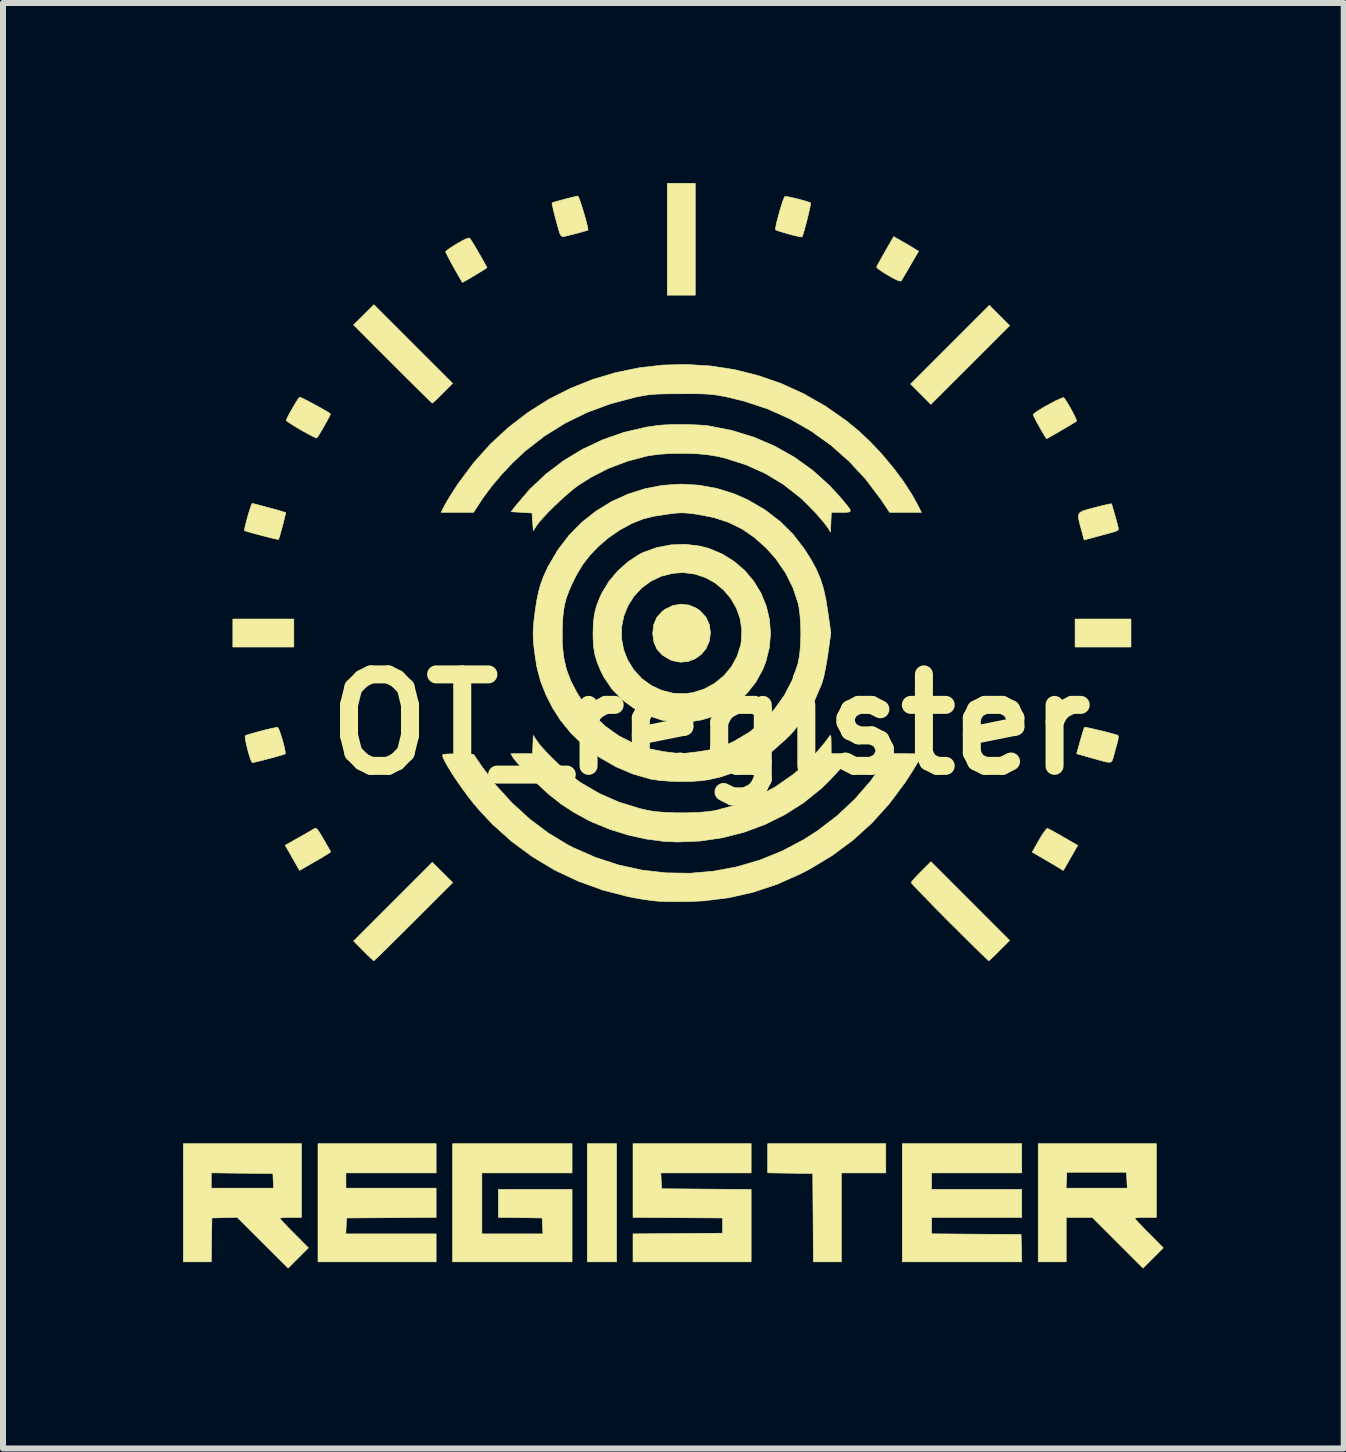
<source format=kicad_pcb>
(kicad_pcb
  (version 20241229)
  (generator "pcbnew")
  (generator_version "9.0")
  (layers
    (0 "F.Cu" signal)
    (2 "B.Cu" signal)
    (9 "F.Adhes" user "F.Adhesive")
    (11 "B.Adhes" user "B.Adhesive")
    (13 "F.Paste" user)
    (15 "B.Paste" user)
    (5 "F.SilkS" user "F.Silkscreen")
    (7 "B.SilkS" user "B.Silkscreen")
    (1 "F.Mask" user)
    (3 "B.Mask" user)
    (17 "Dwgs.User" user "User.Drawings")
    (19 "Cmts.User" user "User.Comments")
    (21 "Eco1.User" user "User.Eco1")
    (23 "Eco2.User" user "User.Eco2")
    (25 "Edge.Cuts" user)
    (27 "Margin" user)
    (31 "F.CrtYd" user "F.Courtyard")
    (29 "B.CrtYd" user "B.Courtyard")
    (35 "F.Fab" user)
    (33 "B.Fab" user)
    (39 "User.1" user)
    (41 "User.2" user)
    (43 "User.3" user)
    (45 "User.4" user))
  (footprint "OT_register"
    (layer "F.Cu")
    (at 8.789 9.022)
    (property "Reference" "OT_register" (at 0 0 0) (layer "F.SilkS") (effects (font (size 1.524 1.524) (thickness 0.3))))
    (attr through_hole)
    (fp_poly (pts (xy -6.943 -1.291) (xy -7.959 -1.291) (xy -7.959 -1.757) (xy -6.943 -1.757) (xy -6.943 -1.291)) (stroke (width 0.01) (type solid)) (fill yes) (layer "F.SilkS"))
    (fp_poly (pts (xy -1.566 8.954) (xy -2.053 8.954) (xy -2.053 6.985) (xy -1.566 6.985) (xy -1.566 8.954)) (stroke (width 0.01) (type solid)) (fill yes) (layer "F.SilkS"))
    (fp_poly (pts (xy -0.254 -7.154) (xy -0.72 -7.154) (xy -0.72 -9.017) (xy -0.254 -9.017) (xy -0.254 -7.154)) (stroke (width 0.01) (type solid)) (fill yes) (layer "F.SilkS"))
    (fp_poly (pts (xy 7.006 -1.291) (xy 6.075 -1.291) (xy 6.075 -1.757) (xy 7.006 -1.757) (xy 7.006 -1.291)) (stroke (width 0.01) (type solid)) (fill yes) (layer "F.SilkS"))
    (fp_poly (pts (xy 4.815 -6.816) (xy 4.985 -6.646) (xy 3.672 -5.334) (xy 3.503 -5.503) (xy 3.334 -5.673) (xy 3.99 -6.329) (xy 4.646 -6.985) (xy 4.815 -6.816)) (stroke (width 0.01) (type solid)) (fill yes) (layer "F.SilkS"))
    (fp_poly (pts (xy 2.921 7.472) (xy 2.18 7.472) (xy 2.18 8.954) (xy 1.715 8.954) (xy 1.704 7.482) (xy 0.953 7.471) (xy 0.953 6.985) (xy 2.921 6.985) (xy 2.921 7.472)) (stroke (width 0.01) (type solid)) (fill yes) (layer "F.SilkS"))
    (fp_poly (pts (xy -4.572 7.472) (xy -6.075 7.472) (xy -6.075 7.726) (xy -4.572 7.726) (xy -4.572 8.212) (xy -5.318 8.218) (xy -6.064 8.223) (xy -6.071 8.356) (xy -6.077 8.488) (xy -4.572 8.488) (xy -4.572 8.954) (xy -6.54 8.954) (xy -6.54 6.985) (xy -4.572 6.985) (xy -4.572 7.472)) (stroke (width 0.01) (type solid)) (fill yes) (layer "F.SilkS"))
    (fp_poly (pts (xy -2.307 7.472) (xy -3.81 7.472) (xy -3.81 8.488) (xy -2.792 8.488) (xy -2.798 8.356) (xy -2.805 8.223) (xy -3.17 8.217) (xy -3.535 8.212) (xy -3.535 7.747) (xy -2.307 7.747) (xy -2.307 8.954) (xy -4.297 8.954) (xy -4.297 6.985) (xy -2.307 6.985) (xy -2.307 7.472)) (stroke (width 0.01) (type solid)) (fill yes) (layer "F.SilkS"))
    (fp_poly (pts (xy 5.186 7.472) (xy 3.683 7.472) (xy 3.683 7.747) (xy 5.186 7.747) (xy 5.186 8.213) (xy 3.683 8.213) (xy 3.683 8.487) (xy 4.429 8.493) (xy 5.175 8.498) (xy 5.181 8.726) (xy 5.187 8.954) (xy 3.196 8.954) (xy 3.196 6.985) (xy 5.186 6.985) (xy 5.186 7.472)) (stroke (width 0.01) (type solid)) (fill yes) (layer "F.SilkS"))
    (fp_poly (pts (xy 0.677 7.472) (xy -0.828 7.472) (xy -0.821 7.604) (xy -0.815 7.736) (xy -0.069 7.742) (xy 0.677 7.748) (xy 0.677 8.954) (xy -1.291 8.954) (xy -1.291 8.488) (xy 0.201 8.477) (xy 0.201 8.223) (xy -0.545 8.218) (xy -1.291 8.212) (xy -1.291 6.985) (xy 0.677 6.985) (xy 0.677 7.472)) (stroke (width 0.01) (type solid)) (fill yes) (layer "F.SilkS"))
    (fp_poly (pts (xy -4.297 -5.684) (xy -4.461 -5.52) (xy -4.528 -5.453) (xy -4.583 -5.4) (xy -4.622 -5.365) (xy -4.635 -5.355) (xy -4.652 -5.37) (xy -4.696 -5.411) (xy -4.763 -5.476) (xy -4.851 -5.563) (xy -4.956 -5.667) (xy -5.076 -5.785) (xy -5.207 -5.916) (xy -5.297 -6.006) (xy -5.948 -6.658) (xy -5.779 -6.826) (xy -5.609 -6.995) (xy -4.297 -5.684)) (stroke (width 0.01) (type solid)) (fill yes) (layer "F.SilkS"))
    (fp_poly (pts (xy -4.296 2.635) (xy -4.947 3.286) (xy -5.084 3.422) (xy -5.212 3.549) (xy -5.327 3.663) (xy -5.426 3.761) (xy -5.507 3.841) (xy -5.567 3.898) (xy -5.602 3.931) (xy -5.61 3.937) (xy -5.628 3.923) (xy -5.67 3.885) (xy -5.728 3.829) (xy -5.784 3.773) (xy -5.947 3.608) (xy -5.292 2.953) (xy -4.636 2.297) (xy -4.296 2.635)) (stroke (width 0.01) (type solid)) (fill yes) (layer "F.SilkS"))
    (fp_poly (pts (xy -6.571 1.732) (xy -6.549 1.751) (xy -6.519 1.793) (xy -6.476 1.864) (xy -6.447 1.913) (xy -6.4 1.995) (xy -6.361 2.062) (xy -6.336 2.108) (xy -6.329 2.123) (xy -6.346 2.137) (xy -6.392 2.166) (xy -6.459 2.207) (xy -6.503 2.233) (xy -6.592 2.284) (xy -6.676 2.333) (xy -6.744 2.372) (xy -6.763 2.383) (xy -6.847 2.432) (xy -7.087 2.013) (xy -6.872 1.892) (xy -6.782 1.841) (xy -6.702 1.795) (xy -6.641 1.76) (xy -6.611 1.741) (xy -6.59 1.731) (xy -6.571 1.732)) (stroke (width 0.01) (type solid)) (fill yes) (layer "F.SilkS"))
    (fp_poly (pts (xy -0.359 -1.99) (xy -0.233 -1.936) (xy -0.168 -1.889) (xy -0.074 -1.784) (xy -0.019 -1.663) (xy -0.001 -1.524) (xy -0.02 -1.387) (xy -0.073 -1.267) (xy -0.153 -1.169) (xy -0.255 -1.095) (xy -0.373 -1.05) (xy -0.501 -1.038) (xy -0.632 -1.063) (xy -0.677 -1.081) (xy -0.802 -1.156) (xy -0.89 -1.251) (xy -0.943 -1.37) (xy -0.962 -1.513) (xy -0.962 -1.524) (xy -0.946 -1.665) (xy -0.895 -1.782) (xy -0.808 -1.881) (xy -0.756 -1.92) (xy -0.628 -1.982) (xy -0.493 -2.005) (xy -0.359 -1.99)) (stroke (width 0.01) (type solid)) (fill yes) (layer "F.SilkS"))
    (fp_poly (pts (xy 3.172 -8.061) (xy 3.252 -8.015) (xy 3.334 -7.967) (xy 3.379 -7.939) (xy 3.467 -7.885) (xy 3.331 -7.652) (xy 3.278 -7.561) (xy 3.232 -7.483) (xy 3.197 -7.425) (xy 3.179 -7.394) (xy 3.179 -7.393) (xy 3.159 -7.388) (xy 3.113 -7.403) (xy 3.039 -7.44) (xy 2.963 -7.483) (xy 2.882 -7.532) (xy 2.818 -7.575) (xy 2.778 -7.607) (xy 2.768 -7.622) (xy 2.78 -7.648) (xy 2.81 -7.703) (xy 2.852 -7.779) (xy 2.903 -7.869) (xy 2.913 -7.887) (xy 3.052 -8.129) (xy 3.172 -8.061)) (stroke (width 0.01) (type solid)) (fill yes) (layer "F.SilkS"))
    (fp_poly (pts (xy 5.642 1.744) (xy 5.698 1.774) (xy 5.775 1.817) (xy 5.866 1.868) (xy 5.88 1.877) (xy 6.119 2.015) (xy 6.068 2.103) (xy 6.029 2.171) (xy 5.981 2.254) (xy 5.949 2.312) (xy 5.914 2.374) (xy 5.888 2.417) (xy 5.877 2.433) (xy 5.859 2.422) (xy 5.842 2.411) (xy 5.812 2.392) (xy 5.754 2.357) (xy 5.676 2.311) (xy 5.586 2.259) (xy 5.585 2.258) (xy 5.361 2.127) (xy 5.474 1.926) (xy 5.523 1.844) (xy 5.567 1.78) (xy 5.599 1.74) (xy 5.614 1.732) (xy 5.642 1.744)) (stroke (width 0.01) (type solid)) (fill yes) (layer "F.SilkS"))
    (fp_poly (pts (xy 6.681 -3.677) (xy 6.689 -3.654) (xy 6.706 -3.601) (xy 6.727 -3.527) (xy 6.751 -3.442) (xy 6.774 -3.357) (xy 6.793 -3.282) (xy 6.798 -3.262) (xy 6.785 -3.235) (xy 6.742 -3.215) (xy 6.695 -3.202) (xy 6.619 -3.181) (xy 6.526 -3.156) (xy 6.452 -3.136) (xy 6.226 -3.075) (xy 6.18 -3.247) (xy 6.149 -3.359) (xy 6.132 -3.438) (xy 6.132 -3.493) (xy 6.155 -3.53) (xy 6.204 -3.558) (xy 6.284 -3.583) (xy 6.4 -3.614) (xy 6.501 -3.64) (xy 6.586 -3.66) (xy 6.648 -3.673) (xy 6.679 -3.677) (xy 6.681 -3.677)) (stroke (width 0.01) (type solid)) (fill yes) (layer "F.SilkS"))
    (fp_poly (pts (xy 4.329 2.942) (xy 4.984 3.598) (xy 4.816 3.767) (xy 4.748 3.835) (xy 4.691 3.89) (xy 4.651 3.926) (xy 4.636 3.937) (xy 4.619 3.923) (xy 4.575 3.881) (xy 4.508 3.816) (xy 4.421 3.73) (xy 4.315 3.626) (xy 4.196 3.508) (xy 4.066 3.378) (xy 3.984 3.297) (xy 3.849 3.161) (xy 3.723 3.034) (xy 3.611 2.918) (xy 3.514 2.819) (xy 3.436 2.737) (xy 3.38 2.677) (xy 3.349 2.642) (xy 3.344 2.635) (xy 3.359 2.612) (xy 3.397 2.567) (xy 3.453 2.506) (xy 3.509 2.45) (xy 3.673 2.286) (xy 4.329 2.942)) (stroke (width 0.01) (type solid)) (fill yes) (layer "F.SilkS"))
    (fp_poly (pts (xy 6.255 0.049) (xy 6.309 0.059) (xy 6.386 0.076) (xy 6.476 0.097) (xy 6.572 0.12) (xy 6.662 0.144) (xy 6.739 0.165) (xy 6.787 0.179) (xy 6.796 0.199) (xy 6.791 0.25) (xy 6.771 0.332) (xy 6.746 0.418) (xy 6.724 0.501) (xy 6.709 0.556) (xy 6.695 0.597) (xy 6.677 0.622) (xy 6.646 0.63) (xy 6.595 0.624) (xy 6.514 0.604) (xy 6.466 0.59) (xy 6.373 0.564) (xy 6.277 0.537) (xy 6.21 0.518) (xy 6.101 0.487) (xy 6.161 0.273) (xy 6.187 0.183) (xy 6.209 0.11) (xy 6.226 0.061) (xy 6.232 0.047) (xy 6.255 0.049)) (stroke (width 0.01) (type solid)) (fill yes) (layer "F.SilkS"))
    (fp_poly (pts (xy 7.429 8.213) (xy 7.25 8.213) (xy 7.168 8.214) (xy 7.106 8.219) (xy 7.073 8.225) (xy 7.07 8.228) (xy 7.084 8.248) (xy 7.123 8.292) (xy 7.182 8.354) (xy 7.256 8.431) (xy 7.308 8.482) (xy 7.545 8.721) (xy 7.376 8.89) (xy 7.207 9.059) (xy 6.784 8.636) (xy 6.361 8.213) (xy 5.927 8.213) (xy 5.927 8.954) (xy 5.461 8.954) (xy 5.461 7.726) (xy 5.925 7.726) (xy 6.945 7.726) (xy 6.938 7.594) (xy 6.932 7.461) (xy 5.937 7.461) (xy 5.931 7.594) (xy 5.925 7.726) (xy 5.461 7.726) (xy 5.461 6.985) (xy 7.429 6.985) (xy 7.429 8.213)) (stroke (width 0.01) (type solid)) (fill yes) (layer "F.SilkS"))
    (fp_poly (pts (xy -6.816 8.213) (xy -6.996 8.213) (xy -7.077 8.214) (xy -7.139 8.219) (xy -7.172 8.225) (xy -7.176 8.228) (xy -7.161 8.248) (xy -7.122 8.292) (xy -7.063 8.354) (xy -6.989 8.431) (xy -6.938 8.482) (xy -6.7 8.721) (xy -6.869 8.89) (xy -7.038 9.059) (xy -7.463 8.635) (xy -7.888 8.211) (xy -8.098 8.217) (xy -8.308 8.223) (xy -8.314 8.588) (xy -8.319 8.954) (xy -8.784 8.954) (xy -8.784 7.726) (xy -8.319 7.726) (xy -7.279 7.726) (xy -7.286 7.604) (xy -7.292 7.482) (xy -7.805 7.477) (xy -8.319 7.471) (xy -8.319 7.726) (xy -8.784 7.726) (xy -8.784 6.985) (xy -6.816 6.985) (xy -6.816 8.213)) (stroke (width 0.01) (type solid)) (fill yes) (layer "F.SilkS"))
    (fp_poly (pts (xy -7.212 0.048) (xy -7.197 0.07) (xy -7.176 0.123) (xy -7.152 0.195) (xy -7.128 0.277) (xy -7.107 0.358) (xy -7.091 0.428) (xy -7.085 0.475) (xy -7.087 0.489) (xy -7.111 0.499) (xy -7.167 0.516) (xy -7.245 0.538) (xy -7.336 0.563) (xy -7.428 0.587) (xy -7.514 0.609) (xy -7.584 0.625) (xy -7.627 0.634) (xy -7.634 0.635) (xy -7.648 0.616) (xy -7.669 0.564) (xy -7.693 0.488) (xy -7.712 0.419) (xy -7.734 0.329) (xy -7.749 0.254) (xy -7.755 0.204) (xy -7.753 0.189) (xy -7.725 0.176) (xy -7.667 0.158) (xy -7.587 0.135) (xy -7.496 0.11) (xy -7.404 0.087) (xy -7.32 0.067) (xy -7.254 0.053) (xy -7.216 0.048) (xy -7.212 0.048)) (stroke (width 0.01) (type solid)) (fill yes) (layer "F.SilkS"))
    (fp_poly (pts (xy 1.268 -8.797) (xy 1.327 -8.786) (xy 1.403 -8.769) (xy 1.486 -8.748) (xy 1.565 -8.726) (xy 1.628 -8.707) (xy 1.664 -8.692) (xy 1.668 -8.69) (xy 1.666 -8.667) (xy 1.656 -8.612) (xy 1.639 -8.536) (xy 1.618 -8.446) (xy 1.594 -8.352) (xy 1.57 -8.264) (xy 1.55 -8.191) (xy 1.533 -8.142) (xy 1.526 -8.126) (xy 1.502 -8.126) (xy 1.446 -8.137) (xy 1.368 -8.155) (xy 1.305 -8.172) (xy 1.217 -8.198) (xy 1.144 -8.22) (xy 1.098 -8.237) (xy 1.085 -8.243) (xy 1.084 -8.268) (xy 1.094 -8.324) (xy 1.112 -8.402) (xy 1.136 -8.492) (xy 1.162 -8.584) (xy 1.188 -8.671) (xy 1.212 -8.741) (xy 1.231 -8.786) (xy 1.24 -8.798) (xy 1.268 -8.797)) (stroke (width 0.01) (type solid)) (fill yes) (layer "F.SilkS"))
    (fp_poly (pts (xy 5.913 -5.412) (xy 5.949 -5.355) (xy 5.99 -5.285) (xy 6.031 -5.211) (xy 6.066 -5.142) (xy 6.091 -5.088) (xy 6.101 -5.058) (xy 6.1 -5.055) (xy 6.078 -5.04) (xy 6.028 -5.01) (xy 5.959 -4.968) (xy 5.878 -4.921) (xy 5.795 -4.872) (xy 5.718 -4.828) (xy 5.654 -4.791) (xy 5.612 -4.768) (xy 5.6 -4.763) (xy 5.587 -4.78) (xy 5.558 -4.826) (xy 5.518 -4.894) (xy 5.485 -4.953) (xy 5.439 -5.034) (xy 5.404 -5.102) (xy 5.381 -5.148) (xy 5.376 -5.162) (xy 5.394 -5.183) (xy 5.44 -5.216) (xy 5.508 -5.259) (xy 5.588 -5.306) (xy 5.673 -5.352) (xy 5.753 -5.394) (xy 5.822 -5.426) (xy 5.869 -5.444) (xy 5.887 -5.445) (xy 5.913 -5.412)) (stroke (width 0.01) (type solid)) (fill yes) (layer "F.SilkS"))
    (fp_poly (pts (xy -6.823 -5.446) (xy -6.772 -5.422) (xy -6.701 -5.386) (xy -6.619 -5.342) (xy -6.534 -5.296) (xy -6.454 -5.251) (xy -6.388 -5.212) (xy -6.344 -5.184) (xy -6.333 -5.175) (xy -6.34 -5.156) (xy -6.363 -5.109) (xy -6.398 -5.044) (xy -6.439 -4.971) (xy -6.481 -4.898) (xy -6.519 -4.835) (xy -6.548 -4.79) (xy -6.561 -4.774) (xy -6.583 -4.78) (xy -6.636 -4.805) (xy -6.71 -4.844) (xy -6.799 -4.893) (xy -6.822 -4.906) (xy -6.913 -4.96) (xy -6.988 -5.007) (xy -7.042 -5.043) (xy -7.068 -5.064) (xy -7.069 -5.066) (xy -7.059 -5.094) (xy -7.033 -5.148) (xy -6.996 -5.217) (xy -6.953 -5.291) (xy -6.911 -5.362) (xy -6.875 -5.418) (xy -6.851 -5.45) (xy -6.846 -5.454) (xy -6.823 -5.446)) (stroke (width 0.01) (type solid)) (fill yes) (layer "F.SilkS"))
    (fp_poly (pts (xy -2.198 -8.786) (xy -2.178 -8.735) (xy -2.153 -8.661) (xy -2.126 -8.573) (xy -2.098 -8.48) (xy -2.073 -8.391) (xy -2.054 -8.315) (xy -2.042 -8.261) (xy -2.042 -8.238) (xy -2.065 -8.23) (xy -2.118 -8.214) (xy -2.191 -8.194) (xy -2.272 -8.173) (xy -2.351 -8.153) (xy -2.417 -8.137) (xy -2.459 -8.129) (xy -2.466 -8.128) (xy -2.491 -8.146) (xy -2.514 -8.19) (xy -2.516 -8.197) (xy -2.538 -8.273) (xy -2.563 -8.362) (xy -2.588 -8.456) (xy -2.61 -8.545) (xy -2.628 -8.62) (xy -2.639 -8.671) (xy -2.641 -8.69) (xy -2.618 -8.699) (xy -2.565 -8.715) (xy -2.492 -8.736) (xy -2.41 -8.758) (xy -2.33 -8.778) (xy -2.263 -8.795) (xy -2.219 -8.804) (xy -2.21 -8.805) (xy -2.198 -8.786)) (stroke (width 0.01) (type solid)) (fill yes) (layer "F.SilkS"))
    (fp_poly (pts (xy -7.611 -3.678) (xy -7.554 -3.664) (xy -7.476 -3.643) (xy -7.386 -3.619) (xy -7.293 -3.594) (xy -7.207 -3.57) (xy -7.137 -3.549) (xy -7.092 -3.536) (xy -7.08 -3.531) (xy -7.082 -3.509) (xy -7.094 -3.457) (xy -7.112 -3.385) (xy -7.133 -3.303) (xy -7.155 -3.222) (xy -7.176 -3.151) (xy -7.191 -3.101) (xy -7.199 -3.083) (xy -7.221 -3.086) (xy -7.277 -3.098) (xy -7.358 -3.118) (xy -7.456 -3.143) (xy -7.482 -3.15) (xy -7.584 -3.177) (xy -7.67 -3.201) (xy -7.732 -3.219) (xy -7.763 -3.229) (xy -7.765 -3.23) (xy -7.764 -3.252) (xy -7.753 -3.305) (xy -7.735 -3.377) (xy -7.713 -3.46) (xy -7.689 -3.541) (xy -7.666 -3.613) (xy -7.648 -3.663) (xy -7.637 -3.683) (xy -7.637 -3.683) (xy -7.611 -3.678)) (stroke (width 0.01) (type solid)) (fill yes) (layer "F.SilkS"))
    (fp_poly (pts (xy -4.009 -8.1) (xy -3.992 -8.074) (xy -3.959 -8.022) (xy -3.916 -7.951) (xy -3.869 -7.87) (xy -3.821 -7.788) (xy -3.779 -7.713) (xy -3.746 -7.653) (xy -3.727 -7.618) (xy -3.725 -7.612) (xy -3.742 -7.599) (xy -3.787 -7.571) (xy -3.85 -7.532) (xy -3.923 -7.487) (xy -3.997 -7.443) (xy -4.062 -7.405) (xy -4.111 -7.378) (xy -4.134 -7.367) (xy -4.134 -7.366) (xy -4.145 -7.384) (xy -4.173 -7.432) (xy -4.214 -7.503) (xy -4.263 -7.59) (xy -4.276 -7.612) (xy -4.327 -7.705) (xy -4.369 -7.784) (xy -4.399 -7.844) (xy -4.413 -7.876) (xy -4.413 -7.878) (xy -4.396 -7.897) (xy -4.35 -7.931) (xy -4.282 -7.975) (xy -4.223 -8.012) (xy -4.13 -8.064) (xy -4.068 -8.095) (xy -4.029 -8.106) (xy -4.009 -8.1)) (stroke (width 0.01) (type solid)) (fill yes) (layer "F.SilkS"))
    (fp_poly (pts (xy -0.344 -4.996) (xy -0.207 -4.991) (xy -0.092 -4.983) (xy -0.032 -4.976) (xy 0.354 -4.9) (xy 0.722 -4.787) (xy 1.071 -4.637) (xy 1.398 -4.453) (xy 1.702 -4.235) (xy 1.98 -3.984) (xy 2.144 -3.807) (xy 2.229 -3.707) (xy 2.288 -3.635) (xy 2.322 -3.587) (xy 2.33 -3.557) (xy 2.313 -3.542) (xy 2.273 -3.536) (xy 2.21 -3.535) (xy 2.182 -3.535) (xy 2.013 -3.535) (xy 2 -3.207) (xy 1.958 -3.274) (xy 1.906 -3.346) (xy 1.83 -3.437) (xy 1.74 -3.538) (xy 1.641 -3.64) (xy 1.544 -3.736) (xy 1.488 -3.787) (xy 1.211 -4.003) (xy 0.912 -4.183) (xy 0.589 -4.328) (xy 0.243 -4.438) (xy 0.112 -4.469) (xy -0.048 -4.495) (xy -0.236 -4.512) (xy -0.439 -4.519) (xy -0.645 -4.516) (xy -0.84 -4.504) (xy -1.012 -4.482) (xy -1.069 -4.471) (xy -1.395 -4.384) (xy -1.698 -4.269) (xy -1.988 -4.121) (xy -2.185 -3.997) (xy -2.274 -3.932) (xy -2.378 -3.845) (xy -2.49 -3.746) (xy -2.603 -3.639) (xy -2.709 -3.533) (xy -2.8 -3.436) (xy -2.87 -3.353) (xy -2.895 -3.319) (xy -2.953 -3.23) (xy -2.963 -3.377) (xy -2.974 -3.524) (xy -3.147 -3.535) (xy -3.321 -3.545) (xy -3.253 -3.635) (xy -3.014 -3.916) (xy -2.746 -4.169) (xy -2.45 -4.394) (xy -2.132 -4.586) (xy -1.795 -4.745) (xy -1.442 -4.868) (xy -1.079 -4.953) (xy -0.863 -4.985) (xy -0.762 -4.992) (xy -0.634 -4.997) (xy -0.491 -4.998) (xy -0.344 -4.996)) (stroke (width 0.01) (type solid)) (fill yes) (layer "F.SilkS"))
    (fp_poly (pts (xy 0.002 -5.974) (xy 0.399 -5.913) (xy 0.791 -5.815) (xy 1.176 -5.682) (xy 1.551 -5.511) (xy 1.915 -5.304) (xy 2.264 -5.059) (xy 2.459 -4.899) (xy 2.658 -4.714) (xy 2.853 -4.506) (xy 3.039 -4.285) (xy 3.208 -4.06) (xy 3.352 -3.838) (xy 3.448 -3.666) (xy 3.514 -3.535) (xy 2.985 -3.535) (xy 2.839 -3.752) (xy 2.59 -4.083) (xy 2.312 -4.383) (xy 2.008 -4.653) (xy 1.678 -4.889) (xy 1.325 -5.092) (xy 0.951 -5.259) (xy 0.557 -5.389) (xy 0.293 -5.453) (xy 0.199 -5.472) (xy 0.118 -5.487) (xy 0.043 -5.497) (xy -0.036 -5.504) (xy -0.126 -5.509) (xy -0.237 -5.511) (xy -0.376 -5.512) (xy -0.487 -5.511) (xy -0.65 -5.511) (xy -0.779 -5.509) (xy -0.882 -5.506) (xy -0.967 -5.5) (xy -1.044 -5.492) (xy -1.119 -5.48) (xy -1.202 -5.464) (xy -1.254 -5.453) (xy -1.667 -5.344) (xy -2.055 -5.201) (xy -2.421 -5.022) (xy -2.765 -4.808) (xy -3.087 -4.558) (xy -3.116 -4.532) (xy -3.296 -4.363) (xy -3.474 -4.174) (xy -3.64 -3.978) (xy -3.783 -3.787) (xy -3.821 -3.73) (xy -3.948 -3.535) (xy -4.218 -3.535) (xy -4.488 -3.535) (xy -4.432 -3.646) (xy -4.399 -3.705) (xy -4.349 -3.789) (xy -4.287 -3.887) (xy -4.22 -3.99) (xy -4.206 -4.011) (xy -3.949 -4.357) (xy -3.668 -4.671) (xy -3.363 -4.953) (xy -3.037 -5.202) (xy -2.694 -5.418) (xy -2.335 -5.6) (xy -1.963 -5.749) (xy -1.581 -5.863) (xy -1.191 -5.943) (xy -0.796 -5.989) (xy -0.397 -5.999) (xy 0.002 -5.974)) (stroke (width 0.01) (type solid)) (fill yes) (layer "F.SilkS"))
    (fp_poly (pts (xy 3.35 0.488) (xy 3.432 0.49) (xy 3.49 0.493) (xy 3.513 0.498) (xy 3.514 0.498) (xy 3.502 0.533) (xy 3.471 0.596) (xy 3.423 0.681) (xy 3.362 0.781) (xy 3.292 0.891) (xy 3.235 0.977) (xy 2.975 1.325) (xy 2.689 1.641) (xy 2.375 1.926) (xy 2.031 2.181) (xy 1.657 2.407) (xy 1.503 2.487) (xy 1.11 2.662) (xy 0.714 2.794) (xy 0.31 2.886) (xy -0.104 2.938) (xy -0.318 2.949) (xy -0.457 2.951) (xy -0.6 2.952) (xy -0.732 2.95) (xy -0.842 2.946) (xy -0.889 2.943) (xy -0.992 2.932) (xy -1.12 2.914) (xy -1.254 2.891) (xy -1.365 2.87) (xy -1.791 2.76) (xy -2.201 2.612) (xy -2.592 2.428) (xy -2.962 2.207) (xy -3.309 1.952) (xy -3.631 1.664) (xy -3.849 1.432) (xy -3.942 1.323) (xy -4.037 1.202) (xy -4.131 1.075) (xy -4.22 0.948) (xy -4.301 0.826) (xy -4.37 0.715) (xy -4.423 0.621) (xy -4.456 0.549) (xy -4.466 0.508) (xy -4.445 0.498) (xy -4.382 0.492) (xy -4.277 0.49) (xy -4.207 0.491) (xy -3.948 0.497) (xy -3.81 0.7) (xy -3.572 1.017) (xy -3.305 1.31) (xy -3.015 1.574) (xy -2.706 1.807) (xy -2.383 2.003) (xy -2.297 2.048) (xy -1.919 2.214) (xy -1.532 2.341) (xy -1.139 2.427) (xy -0.743 2.472) (xy -0.346 2.479) (xy 0.048 2.445) (xy 0.438 2.372) (xy 0.821 2.26) (xy 1.193 2.109) (xy 1.553 1.919) (xy 1.778 1.775) (xy 2.106 1.525) (xy 2.401 1.249) (xy 2.665 0.946) (xy 2.838 0.707) (xy 2.985 0.487) (xy 3.25 0.487) (xy 3.35 0.488)) (stroke (width 0.01) (type solid)) (fill yes) (layer "F.SilkS"))
    (fp_poly (pts (xy 2.007 0.205) (xy 2.009 0.259) (xy 2.01 0.323) (xy 2.011 0.487) (xy 2.18 0.487) (xy 2.259 0.489) (xy 2.318 0.494) (xy 2.348 0.502) (xy 2.349 0.505) (xy 2.335 0.532) (xy 2.297 0.582) (xy 2.24 0.651) (xy 2.168 0.732) (xy 2.089 0.819) (xy 2.007 0.906) (xy 1.927 0.987) (xy 1.855 1.057) (xy 1.834 1.076) (xy 1.548 1.306) (xy 1.237 1.503) (xy 0.906 1.667) (xy 0.557 1.796) (xy 0.196 1.888) (xy -0.174 1.942) (xy -0.549 1.958) (xy -0.783 1.947) (xy -1.075 1.908) (xy -1.378 1.84) (xy -1.679 1.746) (xy -1.963 1.63) (xy -2.041 1.593) (xy -2.275 1.465) (xy -2.49 1.324) (xy -2.698 1.16) (xy -2.908 0.966) (xy -2.963 0.911) (xy -3.056 0.816) (xy -3.14 0.727) (xy -3.21 0.649) (xy -3.261 0.59) (xy -3.287 0.554) (xy -3.326 0.487) (xy -2.965 0.487) (xy -2.953 0.183) (xy -2.891 0.277) (xy -2.833 0.353) (xy -2.748 0.447) (xy -2.645 0.553) (xy -2.531 0.663) (xy -2.413 0.77) (xy -2.299 0.866) (xy -2.197 0.945) (xy -2.163 0.969) (xy -1.855 1.149) (xy -1.528 1.293) (xy -1.178 1.401) (xy -1.044 1.432) (xy -0.916 1.452) (xy -0.759 1.465) (xy -0.583 1.472) (xy -0.401 1.472) (xy -0.224 1.467) (xy -0.063 1.454) (xy 0.068 1.436) (xy 0.085 1.432) (xy 0.437 1.338) (xy 0.768 1.208) (xy 1.079 1.041) (xy 1.373 0.836) (xy 1.518 0.716) (xy 1.609 0.629) (xy 1.712 0.524) (xy 1.814 0.411) (xy 1.905 0.302) (xy 1.973 0.211) (xy 1.991 0.187) (xy 2.001 0.183) (xy 2.007 0.205)) (stroke (width 0.01) (type solid)) (fill yes) (layer "F.SilkS"))
    (fp_poly (pts (xy -0.183 -2.974) (xy -0.031 -2.935) (xy 0.196 -2.84) (xy 0.398 -2.714) (xy 0.575 -2.56) (xy 0.723 -2.383) (xy 0.842 -2.186) (xy 0.929 -1.974) (xy 0.982 -1.75) (xy 1 -1.518) (xy 0.981 -1.284) (xy 0.923 -1.05) (xy 0.874 -0.922) (xy 0.757 -0.709) (xy 0.608 -0.519) (xy 0.429 -0.355) (xy 0.227 -0.221) (xy 0.005 -0.122) (xy -0.155 -0.075) (xy -0.269 -0.057) (xy -0.406 -0.047) (xy -0.549 -0.046) (xy -0.685 -0.054) (xy -0.796 -0.07) (xy -0.815 -0.074) (xy -1.056 -0.155) (xy -1.276 -0.269) (xy -1.471 -0.414) (xy -1.638 -0.586) (xy -1.773 -0.784) (xy -1.828 -0.891) (xy -1.885 -1.029) (xy -1.924 -1.153) (xy -1.946 -1.281) (xy -1.956 -1.426) (xy -1.956 -1.438) (xy -1.483 -1.438) (xy -1.448 -1.248) (xy -1.383 -1.079) (xy -1.277 -0.908) (xy -1.143 -0.763) (xy -0.986 -0.649) (xy -0.812 -0.568) (xy -0.625 -0.521) (xy -0.431 -0.513) (xy -0.292 -0.531) (xy -0.102 -0.592) (xy 0.071 -0.687) (xy 0.223 -0.812) (xy 0.349 -0.963) (xy 0.443 -1.134) (xy 0.503 -1.321) (xy 0.512 -1.374) (xy 0.522 -1.573) (xy 0.494 -1.763) (xy 0.431 -1.94) (xy 0.338 -2.101) (xy 0.218 -2.242) (xy 0.076 -2.359) (xy -0.087 -2.449) (xy -0.264 -2.507) (xy -0.454 -2.531) (xy -0.627 -2.519) (xy -0.822 -2.47) (xy -0.996 -2.386) (xy -1.148 -2.274) (xy -1.275 -2.137) (xy -1.374 -1.981) (xy -1.444 -1.809) (xy -1.481 -1.626) (xy -1.483 -1.438) (xy -1.956 -1.438) (xy -1.957 -1.513) (xy -1.952 -1.69) (xy -1.934 -1.839) (xy -1.899 -1.977) (xy -1.844 -2.117) (xy -1.809 -2.191) (xy -1.695 -2.38) (xy -1.549 -2.555) (xy -1.379 -2.707) (xy -1.195 -2.829) (xy -1.118 -2.868) (xy -0.895 -2.948) (xy -0.659 -2.993) (xy -0.419 -3.002) (xy -0.183 -2.974)) (stroke (width 0.01) (type solid)) (fill yes) (layer "F.SilkS"))
    (fp_poly (pts (xy -0.195 -3.988) (xy 0.107 -3.933) (xy 0.405 -3.839) (xy 0.623 -3.742) (xy 0.905 -3.578) (xy 1.157 -3.385) (xy 1.379 -3.165) (xy 1.561 -2.928) (xy 1.673 -2.752) (xy 1.761 -2.591) (xy 1.829 -2.432) (xy 1.882 -2.266) (xy 1.923 -2.08) (xy 1.957 -1.868) (xy 2.005 -1.524) (xy 1.957 -1.18) (xy 1.936 -1.045) (xy 1.912 -0.914) (xy 1.888 -0.799) (xy 1.864 -0.71) (xy 1.857 -0.688) (xy 1.735 -0.401) (xy 1.576 -0.134) (xy 1.38 0.116) (xy 1.274 0.228) (xy 1.028 0.446) (xy 0.763 0.626) (xy 0.479 0.768) (xy 0.176 0.872) (xy -0.032 0.92) (xy -0.167 0.938) (xy -0.33 0.949) (xy -0.507 0.951) (xy -0.684 0.945) (xy -0.848 0.932) (xy -0.985 0.912) (xy -0.995 0.91) (xy -1.29 0.826) (xy -1.575 0.705) (xy -1.845 0.55) (xy -2.094 0.365) (xy -2.316 0.154) (xy -2.502 -0.074) (xy -2.633 -0.28) (xy -2.744 -0.5) (xy -2.831 -0.721) (xy -2.888 -0.934) (xy -2.898 -0.984) (xy -2.925 -1.164) (xy -2.944 -1.312) (xy -2.954 -1.438) (xy -2.955 -1.552) (xy -2.952 -1.603) (xy -2.47 -1.603) (xy -2.47 -1.351) (xy -2.448 -1.128) (xy -2.402 -0.923) (xy -2.329 -0.728) (xy -2.227 -0.532) (xy -2.137 -0.392) (xy -1.959 -0.166) (xy -1.754 0.029) (xy -1.525 0.191) (xy -1.275 0.318) (xy -1.008 0.408) (xy -0.783 0.452) (xy -0.667 0.467) (xy -0.58 0.477) (xy -0.51 0.482) (xy -0.443 0.481) (xy -0.369 0.474) (xy -0.273 0.463) (xy -0.212 0.455) (xy -0.056 0.431) (xy 0.07 0.405) (xy 0.183 0.371) (xy 0.295 0.326) (xy 0.392 0.28) (xy 0.644 0.131) (xy 0.869 -0.048) (xy 1.066 -0.255) (xy 1.231 -0.486) (xy 1.362 -0.738) (xy 1.456 -1.008) (xy 1.461 -1.029) (xy 1.484 -1.156) (xy 1.499 -1.311) (xy 1.505 -1.483) (xy 1.503 -1.658) (xy 1.491 -1.823) (xy 1.472 -1.967) (xy 1.46 -2.021) (xy 1.374 -2.279) (xy 1.25 -2.527) (xy 1.09 -2.759) (xy 0.929 -2.94) (xy 0.73 -3.118) (xy 0.523 -3.26) (xy 0.302 -3.368) (xy 0.058 -3.448) (xy -0.214 -3.501) (xy -0.227 -3.503) (xy -0.317 -3.515) (xy -0.391 -3.523) (xy -0.456 -3.527) (xy -0.522 -3.526) (xy -0.596 -3.52) (xy -0.687 -3.509) (xy -0.805 -3.491) (xy -0.933 -3.472) (xy -1.12 -3.426) (xy -1.317 -3.347) (xy -1.515 -3.239) (xy -1.705 -3.108) (xy -1.878 -2.958) (xy -1.88 -2.956) (xy -2.014 -2.814) (xy -2.125 -2.671) (xy -2.223 -2.51) (xy -2.298 -2.363) (xy -2.357 -2.23) (xy -2.401 -2.113) (xy -2.431 -2.001) (xy -2.451 -1.88) (xy -2.464 -1.74) (xy -2.47 -1.603) (xy -2.952 -1.603) (xy -2.949 -1.662) (xy -2.943 -1.722) (xy -2.918 -1.917) (xy -2.893 -2.078) (xy -2.864 -2.215) (xy -2.83 -2.337) (xy -2.787 -2.453) (xy -2.734 -2.572) (xy -2.708 -2.627) (xy -2.547 -2.903) (xy -2.358 -3.151) (xy -2.143 -3.369) (xy -1.905 -3.557) (xy -1.649 -3.714) (xy -1.376 -3.838) (xy -1.091 -3.929) (xy -0.797 -3.985) (xy -0.497 -4.005) (xy -0.195 -3.988)) (stroke (width 0.01) (type solid)) (fill yes) (layer "F.SilkS")))
  (gr_rect
    (start -3 -3)
    (end 19.34 21.086)
    (stroke (width 0.1) (type default))
    (fill no)
    (layer "Edge.Cuts")))
</source>
